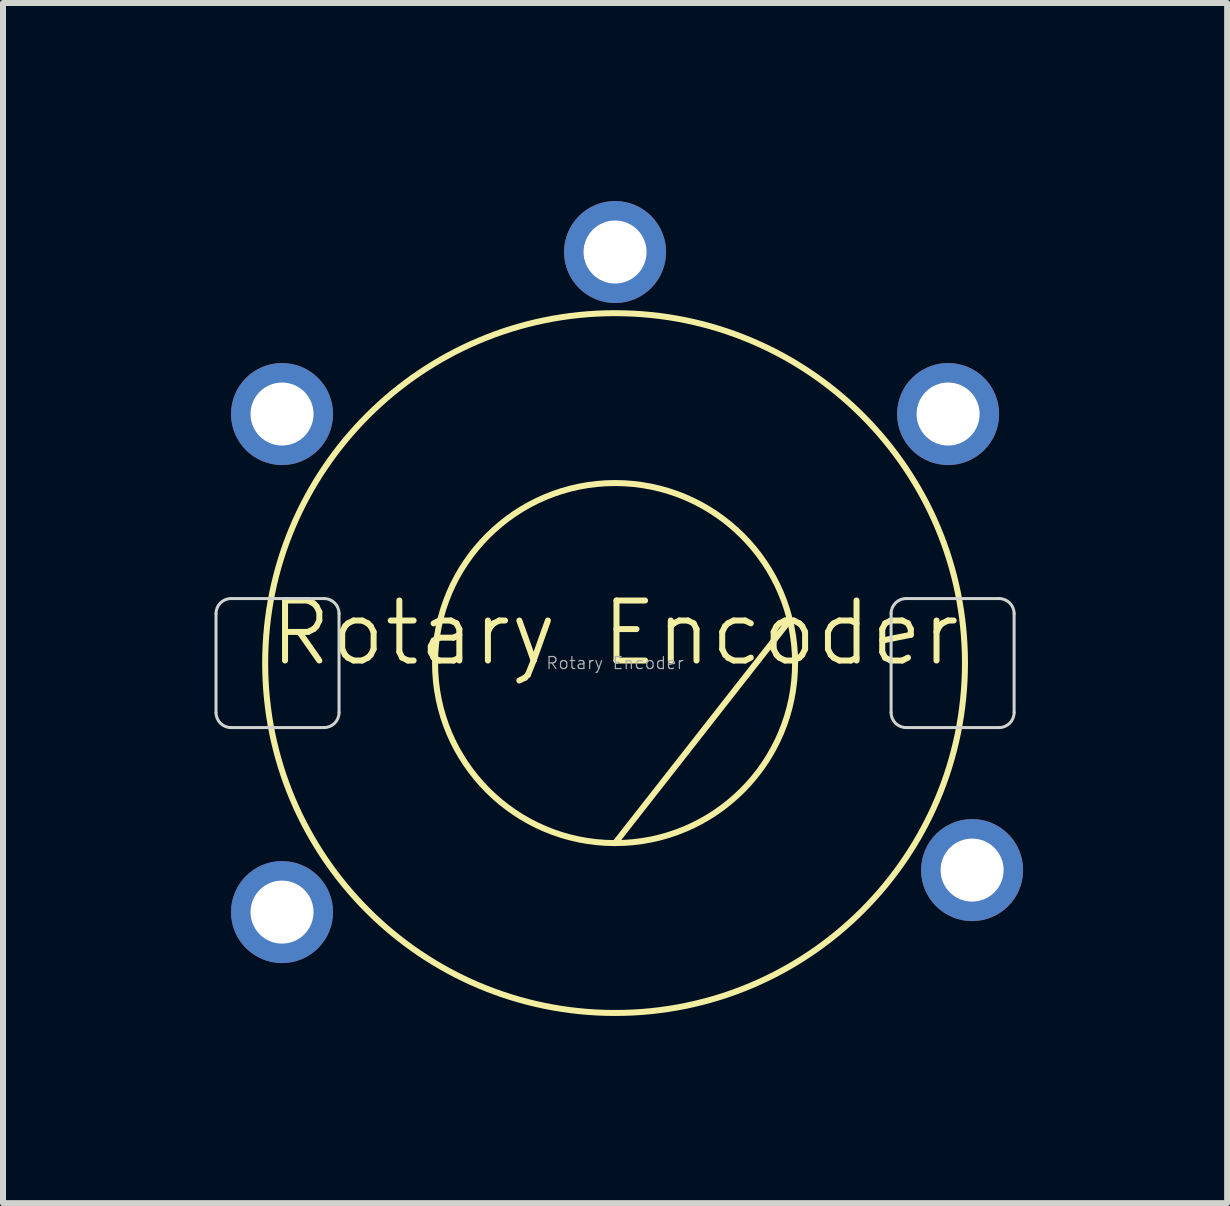
<source format=kicad_pcb>
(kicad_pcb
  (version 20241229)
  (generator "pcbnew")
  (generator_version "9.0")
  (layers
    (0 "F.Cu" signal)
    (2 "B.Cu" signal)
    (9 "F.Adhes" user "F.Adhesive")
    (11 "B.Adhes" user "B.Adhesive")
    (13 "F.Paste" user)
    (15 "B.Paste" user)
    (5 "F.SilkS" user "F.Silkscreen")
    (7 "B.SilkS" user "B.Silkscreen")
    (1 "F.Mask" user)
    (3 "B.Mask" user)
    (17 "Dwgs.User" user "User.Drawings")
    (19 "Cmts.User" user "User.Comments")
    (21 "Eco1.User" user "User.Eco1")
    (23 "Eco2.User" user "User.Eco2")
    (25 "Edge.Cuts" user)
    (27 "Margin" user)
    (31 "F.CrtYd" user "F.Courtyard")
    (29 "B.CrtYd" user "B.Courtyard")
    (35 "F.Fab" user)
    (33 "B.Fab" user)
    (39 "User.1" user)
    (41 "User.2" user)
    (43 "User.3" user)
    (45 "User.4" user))
  (footprint "Rotary Encoder"
    (layer "F.Cu")
    (at 7.2 8)
    (property "Reference" "Rotary Encoder" (at 0 -0.5 0) (unlocked yes) (layer "F.SilkS") (effects (font (size 1 1) (thickness 0.1))))
    (attr smd)
    (fp_line (start 2.913 -0.717) (end 0 3) (stroke (width 0.1) (type default)) (layer "F.SilkS"))
    (fp_circle (center 0 0) (end 3 0) (stroke (width 0.1) (type solid)) (fill no) (layer "F.SilkS"))
    (fp_circle (center 0 0) (end 5 -3) (stroke (width 0.1) (type default)) (fill no) (layer "F.SilkS"))
    (fp_line (start -6.65 -0.825) (end -6.65 0.825) (stroke (width 0.05) (type default)) (layer "Edge.Cuts"))
    (fp_line (start -6.4 -1.075) (end -4.85 -1.075) (stroke (width 0.05) (type default)) (layer "Edge.Cuts"))
    (fp_line (start -4.85 1.075) (end -6.4 1.075) (stroke (width 0.05) (type default)) (layer "Edge.Cuts"))
    (fp_line (start -4.6 -0.825) (end -4.6 0.825) (stroke (width 0.05) (type default)) (layer "Edge.Cuts"))
    (fp_line (start 4.6 -0.825) (end 4.6 0.825) (stroke (width 0.05) (type default)) (layer "Edge.Cuts"))
    (fp_line (start 4.85 -1.075) (end 6.4 -1.075) (stroke (width 0.05) (type default)) (layer "Edge.Cuts"))
    (fp_line (start 6.4 1.075) (end 4.85 1.075) (stroke (width 0.05) (type default)) (layer "Edge.Cuts"))
    (fp_line (start 6.65 -0.825) (end 6.65 0.825) (stroke (width 0.05) (type default)) (layer "Edge.Cuts"))
    (fp_arc (start -6.65 -0.825) (mid -6.576777 -1.001777) (end -6.4 -1.075) (stroke (width 0.05) (type default)) (layer "Edge.Cuts"))
    (fp_arc (start -6.4 1.075) (mid -6.576777 1.001777) (end -6.65 0.825) (stroke (width 0.05) (type default)) (layer "Edge.Cuts"))
    (fp_arc (start -4.85 -1.075) (mid -4.673223 -1.001777) (end -4.6 -0.825) (stroke (width 0.05) (type default)) (layer "Edge.Cuts"))
    (fp_arc (start -4.6 0.825) (mid -4.673223 1.001777) (end -4.85 1.075) (stroke (width 0.05) (type default)) (layer "Edge.Cuts"))
    (fp_arc (start 4.6 -0.825) (mid 4.673223 -1.001777) (end 4.85 -1.075) (stroke (width 0.05) (type default)) (layer "Edge.Cuts"))
    (fp_arc (start 4.85 1.075) (mid 4.673223 1.001777) (end 4.6 0.825) (stroke (width 0.05) (type default)) (layer "Edge.Cuts"))
    (fp_arc (start 6.4 -1.075) (mid 6.576777 -1.001777) (end 6.65 -0.825) (stroke (width 0.05) (type default)) (layer "Edge.Cuts"))
    (fp_arc (start 6.65 0.825) (mid 6.576777 1.001777) (end 6.4 1.075) (stroke (width 0.05) (type default)) (layer "Edge.Cuts"))
    (fp_rect (start -7.15 -7.95) (end 7.15 5.95) (stroke (width 0.1) (type solid)) (fill no) (layer "Margin"))
    (fp_text user "${REFERENCE}" (at 0 0 0) (unlocked yes) (layer "F.Fab") (effects (font (size 0.2 0.2) (thickness 0.02))))
    (pad "A" thru_hole circle (at -5.55 -4.15) (size 1.7 1.7) (drill 1.05) (layers "*.Cu" "*.Mask"))
    (pad "B" thru_hole circle (at 5.55 -4.15) (size 1.7 1.7) (drill 1.05) (layers "*.Cu" "*.Mask"))
    (pad "C" thru_hole circle (at -5.55 4.15) (size 1.7 1.7) (drill 1.05) (layers "*.Cu" "*.Mask"))
    (pad "S1" thru_hole circle (at 5.95 3.45) (size 1.7 1.7) (drill 1.05) (layers "*.Cu" "*.Mask"))
    (pad "S2" thru_hole circle (at 0 -6.85) (size 1.7 1.7) (drill 1.05) (layers "*.Cu" "*.Mask")))
  (gr_rect
    (start -3 -3)
    (end 17.4 17)
    (stroke (width 0.1) (type default))
    (fill no)
    (layer "Edge.Cuts")))
</source>
